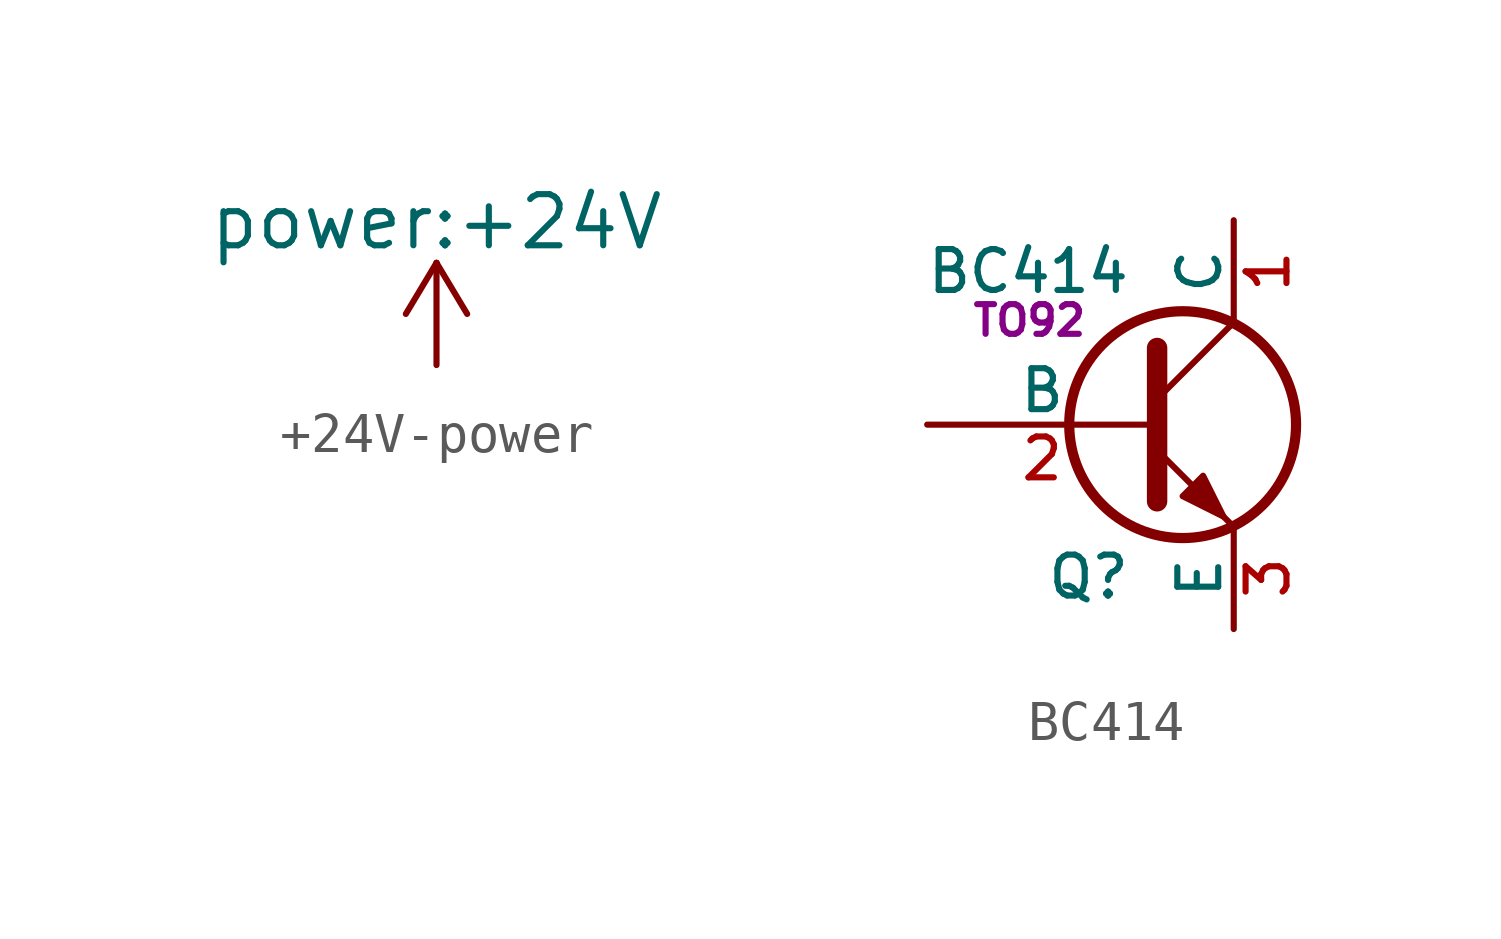
<source format=kicad_sym>
(kicad_symbol_lib
  (version 20241209)
  (generator "kicad_symbol_editor")
  (generator_version "9.0")
  (symbol "+24V-power"
    (power)
    (pin_names
      (offset 0))
    (property "Reference" "#PWR"
      (at 0 -3.81 0)
      (effects (font (size 1.27 1.27)) (hide yes)))
    (property "Value" "power:+24V"
      (at 0 3.556 0)
      (effects (font (size 1.27 1.27))))
    (symbol "+24V-power_0_1"
      (polyline (pts (xy -0.762 1.27) (xy 0 2.54)) (stroke (width 0) (type solid)) (fill (type none)))
      (polyline (pts (xy 0 2.54) (xy 0.762 1.27)) (stroke (width 0) (type solid)) (fill (type none)))
      (polyline (pts (xy 0 0) (xy 0 2.54)) (stroke (width 0) (type solid)) (fill (type none))))
    (symbol "+24V-power_1_1"
      (pin power_in line (at 0 0 90) (length 0) (hide yes) (name "+24V" (effects (font (size 1.27 1.27)))) (number "1" (effects (font (size 1.27 1.27)))))))
  (symbol "BC414"
    (pin_names
      (offset 0))
    (property "Reference" "Q"
      (at 0 -3.785 0)
      (effects (font (size 1.016 1.016)) (justify right)))
    (property "Value" "BC414"
      (at 0 3.81 0)
      (effects (font (size 1.016 1.016)) (justify right)))
    (property "Footprint" "TO92"
      (at -2.54 2.591 0)
      (effects (font (size 0.737 0.737))))
    (property "Datasheet" ""
      (at 0 0 0)
      (effects (font (size 1.524 1.524))))
    (symbol "BC414_0_1"
      (polyline (pts (xy 0.635 1.905) (xy 0.635 -1.905) (xy 0.635 -1.905)) (stroke (width 0.508) (type solid)) (fill (type none)))
      (polyline (pts (xy 0.635 0.635) (xy 2.54 2.54)) (stroke (width 0) (type solid)) (fill (type none)))
      (polyline (pts (xy 0.635 -0.635) (xy 2.54 -2.54) (xy 2.54 -2.54)) (stroke (width 0) (type solid)) (fill (type none)))
      (circle (center 1.27 0) (radius 2.819) (stroke (width 0.254) (type solid)) (fill (type none)))
      (polyline (pts (xy 1.27 -1.778) (xy 1.778 -1.27) (xy 2.286 -2.286) (xy 1.27 -1.778) (xy 1.27 -1.778)) (stroke (width 0) (type solid)) (fill (type outline))))
    (symbol "BC414_1_1"
      (pin input line (at -5.08 0 0) (length 5.715) (name "B" (effects (font (size 1.016 1.016)))) (number "2" (effects (font (size 1.016 1.016)))))
      (pin passive line (at 2.54 5.08 270) (length 2.54) (name "C" (effects (font (size 1.016 1.016)))) (number "1" (effects (font (size 1.016 1.016)))))
      (pin passive line (at 2.54 -5.08 90) (length 2.54) (name "E" (effects (font (size 1.016 1.016)))) (number "3" (effects (font (size 1.016 1.016))))))))
</source>
